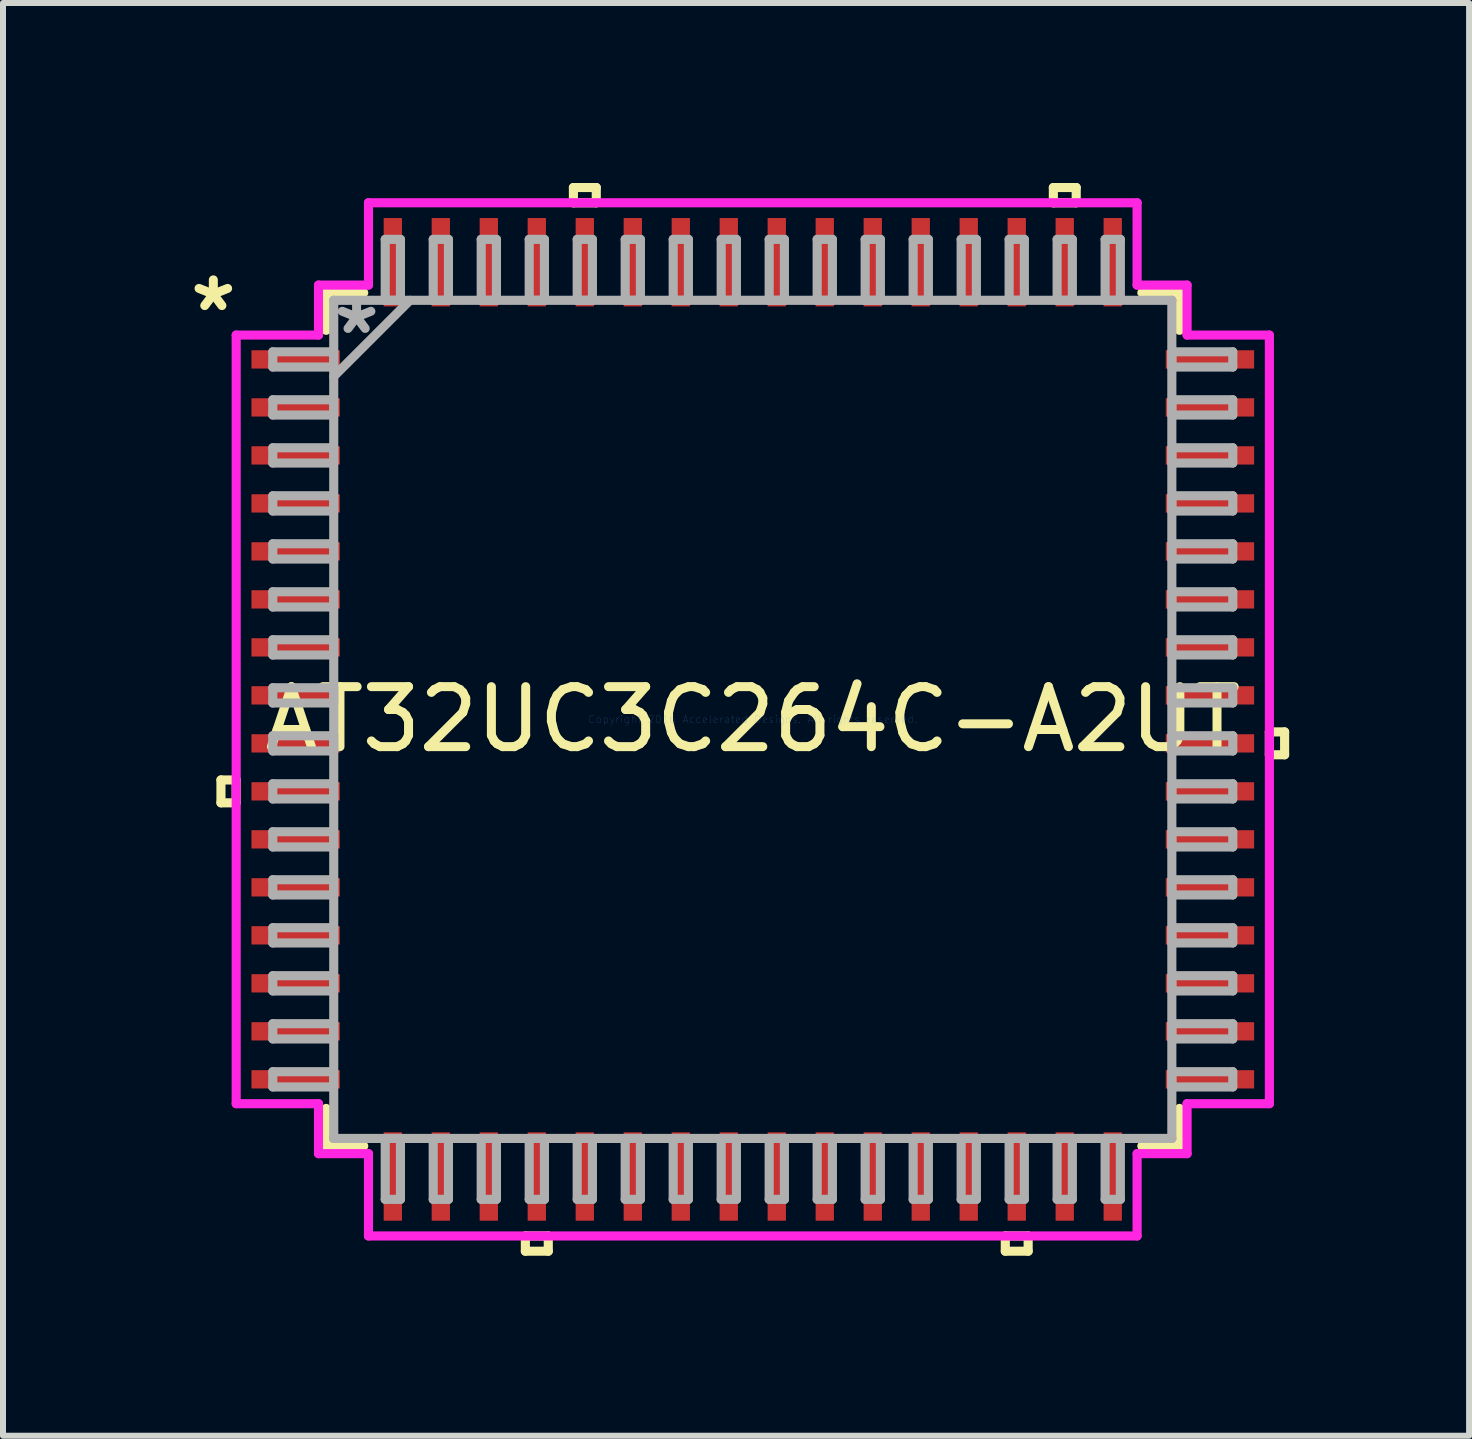
<source format=kicad_pcb>
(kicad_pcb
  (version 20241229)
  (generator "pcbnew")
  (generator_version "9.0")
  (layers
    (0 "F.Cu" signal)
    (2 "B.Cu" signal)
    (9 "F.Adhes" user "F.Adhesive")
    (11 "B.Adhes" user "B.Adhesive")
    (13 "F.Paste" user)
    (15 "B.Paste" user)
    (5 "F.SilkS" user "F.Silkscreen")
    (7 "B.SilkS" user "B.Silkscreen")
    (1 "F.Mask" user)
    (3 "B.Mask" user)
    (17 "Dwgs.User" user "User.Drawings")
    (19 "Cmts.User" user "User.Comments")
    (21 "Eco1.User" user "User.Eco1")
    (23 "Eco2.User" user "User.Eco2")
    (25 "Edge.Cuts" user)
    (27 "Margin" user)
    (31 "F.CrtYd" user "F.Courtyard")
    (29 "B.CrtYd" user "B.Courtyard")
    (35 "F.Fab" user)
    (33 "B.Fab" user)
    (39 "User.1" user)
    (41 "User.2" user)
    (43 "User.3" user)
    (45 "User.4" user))
  (footprint "AT32UC3C264C-A2UT"
    (layer "F.Cu")
    (at 9.498 8.941)
    (property "Reference" "AT32UC3C264C-A2UT" (at 0 0 0) (layer "F.SilkS") (effects (font (size 1 1) (thickness 0.15))))
    (attr through_hole)
    (fp_line (start -8.865 1.01) (end -8.865 1.391) (stroke (width 0.152) (type solid)) (layer "F.SilkS"))
    (fp_line (start -8.865 1.391) (end -8.611 1.391) (stroke (width 0.152) (type solid)) (layer "F.SilkS"))
    (fp_line (start -8.611 1.01) (end -8.865 1.01) (stroke (width 0.152) (type solid)) (layer "F.SilkS"))
    (fp_line (start -8.611 1.391) (end -8.611 1.01) (stroke (width 0.152) (type solid)) (layer "F.SilkS"))
    (fp_line (start -7.112 -7.112) (end -7.112 -6.485) (stroke (width 0.152) (type solid)) (layer "F.SilkS"))
    (fp_line (start -7.112 6.485) (end -7.112 7.112) (stroke (width 0.152) (type solid)) (layer "F.SilkS"))
    (fp_line (start -7.112 7.112) (end -6.485 7.112) (stroke (width 0.152) (type solid)) (layer "F.SilkS"))
    (fp_line (start -6.485 -7.112) (end -7.112 -7.112) (stroke (width 0.152) (type solid)) (layer "F.SilkS"))
    (fp_line (start -3.791 8.611) (end -3.791 8.865) (stroke (width 0.152) (type solid)) (layer "F.SilkS"))
    (fp_line (start -3.791 8.865) (end -3.409 8.865) (stroke (width 0.152) (type solid)) (layer "F.SilkS"))
    (fp_line (start -3.409 8.611) (end -3.791 8.611) (stroke (width 0.152) (type solid)) (layer "F.SilkS"))
    (fp_line (start -3.409 8.865) (end -3.409 8.611) (stroke (width 0.152) (type solid)) (layer "F.SilkS"))
    (fp_line (start -2.99 -8.865) (end -2.609 -8.865) (stroke (width 0.152) (type solid)) (layer "F.SilkS"))
    (fp_line (start -2.99 -8.611) (end -2.99 -8.865) (stroke (width 0.152) (type solid)) (layer "F.SilkS"))
    (fp_line (start -2.609 -8.865) (end -2.609 -8.611) (stroke (width 0.152) (type solid)) (layer "F.SilkS"))
    (fp_line (start -2.609 -8.611) (end -2.99 -8.611) (stroke (width 0.152) (type solid)) (layer "F.SilkS"))
    (fp_line (start 4.209 8.611) (end 4.209 8.865) (stroke (width 0.152) (type solid)) (layer "F.SilkS"))
    (fp_line (start 4.209 8.865) (end 4.59 8.865) (stroke (width 0.152) (type solid)) (layer "F.SilkS"))
    (fp_line (start 4.59 8.611) (end 4.209 8.611) (stroke (width 0.152) (type solid)) (layer "F.SilkS"))
    (fp_line (start 4.59 8.865) (end 4.59 8.611) (stroke (width 0.152) (type solid)) (layer "F.SilkS"))
    (fp_line (start 5.01 -8.865) (end 5.391 -8.865) (stroke (width 0.152) (type solid)) (layer "F.SilkS"))
    (fp_line (start 5.01 -8.611) (end 5.01 -8.865) (stroke (width 0.152) (type solid)) (layer "F.SilkS"))
    (fp_line (start 5.391 -8.865) (end 5.391 -8.611) (stroke (width 0.152) (type solid)) (layer "F.SilkS"))
    (fp_line (start 5.391 -8.611) (end 5.01 -8.611) (stroke (width 0.152) (type solid)) (layer "F.SilkS"))
    (fp_line (start 6.485 7.112) (end 7.112 7.112) (stroke (width 0.152) (type solid)) (layer "F.SilkS"))
    (fp_line (start 7.112 -7.112) (end 6.485 -7.112) (stroke (width 0.152) (type solid)) (layer "F.SilkS"))
    (fp_line (start 7.112 -6.485) (end 7.112 -7.112) (stroke (width 0.152) (type solid)) (layer "F.SilkS"))
    (fp_line (start 7.112 7.112) (end 7.112 6.485) (stroke (width 0.152) (type solid)) (layer "F.SilkS"))
    (fp_line (start 8.611 0.209) (end 8.865 0.209) (stroke (width 0.152) (type solid)) (layer "F.SilkS"))
    (fp_line (start 8.611 0.59) (end 8.611 0.209) (stroke (width 0.152) (type solid)) (layer "F.SilkS"))
    (fp_line (start 8.865 0.209) (end 8.865 0.59) (stroke (width 0.152) (type solid)) (layer "F.SilkS"))
    (fp_line (start 8.865 0.59) (end 8.611 0.59) (stroke (width 0.152) (type solid)) (layer "F.SilkS"))
    (fp_line (start -8.611 -6.406) (end -7.239 -6.406) (stroke (width 0.152) (type solid)) (layer "F.CrtYd"))
    (fp_line (start -8.611 6.406) (end -8.611 -6.406) (stroke (width 0.152) (type solid)) (layer "F.CrtYd"))
    (fp_line (start -7.239 -7.239) (end -6.406 -7.239) (stroke (width 0.152) (type solid)) (layer "F.CrtYd"))
    (fp_line (start -7.239 -6.406) (end -7.239 -7.239) (stroke (width 0.152) (type solid)) (layer "F.CrtYd"))
    (fp_line (start -7.239 6.406) (end -8.611 6.406) (stroke (width 0.152) (type solid)) (layer "F.CrtYd"))
    (fp_line (start -7.239 7.239) (end -7.239 6.406) (stroke (width 0.152) (type solid)) (layer "F.CrtYd"))
    (fp_line (start -6.406 -8.611) (end 6.406 -8.611) (stroke (width 0.152) (type solid)) (layer "F.CrtYd"))
    (fp_line (start -6.406 -7.239) (end -6.406 -8.611) (stroke (width 0.152) (type solid)) (layer "F.CrtYd"))
    (fp_line (start -6.406 7.239) (end -7.239 7.239) (stroke (width 0.152) (type solid)) (layer "F.CrtYd"))
    (fp_line (start -6.406 8.611) (end -6.406 7.239) (stroke (width 0.152) (type solid)) (layer "F.CrtYd"))
    (fp_line (start 6.406 -8.611) (end 6.406 -7.239) (stroke (width 0.152) (type solid)) (layer "F.CrtYd"))
    (fp_line (start 6.406 -7.239) (end 7.239 -7.239) (stroke (width 0.152) (type solid)) (layer "F.CrtYd"))
    (fp_line (start 6.406 7.239) (end 6.406 8.611) (stroke (width 0.152) (type solid)) (layer "F.CrtYd"))
    (fp_line (start 6.406 8.611) (end -6.406 8.611) (stroke (width 0.152) (type solid)) (layer "F.CrtYd"))
    (fp_line (start 7.239 -7.239) (end 7.239 -6.406) (stroke (width 0.152) (type solid)) (layer "F.CrtYd"))
    (fp_line (start 7.239 -6.406) (end 8.611 -6.406) (stroke (width 0.152) (type solid)) (layer "F.CrtYd"))
    (fp_line (start 7.239 6.406) (end 7.239 7.239) (stroke (width 0.152) (type solid)) (layer "F.CrtYd"))
    (fp_line (start 7.239 7.239) (end 6.406 7.239) (stroke (width 0.152) (type solid)) (layer "F.CrtYd"))
    (fp_line (start 8.611 -6.406) (end 8.611 6.406) (stroke (width 0.152) (type solid)) (layer "F.CrtYd"))
    (fp_line (start 8.611 6.406) (end 7.239 6.406) (stroke (width 0.152) (type solid)) (layer "F.CrtYd"))
    (fp_line (start -8.001 -6.127) (end -8.001 -5.873) (stroke (width 0.152) (type solid)) (layer "F.Fab"))
    (fp_line (start -8.001 -5.873) (end -6.985 -5.873) (stroke (width 0.152) (type solid)) (layer "F.Fab"))
    (fp_line (start -8.001 -5.327) (end -8.001 -5.073) (stroke (width 0.152) (type solid)) (layer "F.Fab"))
    (fp_line (start -8.001 -5.073) (end -6.985 -5.073) (stroke (width 0.152) (type solid)) (layer "F.Fab"))
    (fp_line (start -8.001 -4.527) (end -8.001 -4.273) (stroke (width 0.152) (type solid)) (layer "F.Fab"))
    (fp_line (start -8.001 -4.273) (end -6.985 -4.273) (stroke (width 0.152) (type solid)) (layer "F.Fab"))
    (fp_line (start -8.001 -3.727) (end -8.001 -3.473) (stroke (width 0.152) (type solid)) (layer "F.Fab"))
    (fp_line (start -8.001 -3.473) (end -6.985 -3.473) (stroke (width 0.152) (type solid)) (layer "F.Fab"))
    (fp_line (start -8.001 -2.927) (end -8.001 -2.673) (stroke (width 0.152) (type solid)) (layer "F.Fab"))
    (fp_line (start -8.001 -2.673) (end -6.985 -2.673) (stroke (width 0.152) (type solid)) (layer "F.Fab"))
    (fp_line (start -8.001 -2.127) (end -8.001 -1.873) (stroke (width 0.152) (type solid)) (layer "F.Fab"))
    (fp_line (start -8.001 -1.873) (end -6.985 -1.873) (stroke (width 0.152) (type solid)) (layer "F.Fab"))
    (fp_line (start -8.001 -1.327) (end -8.001 -1.073) (stroke (width 0.152) (type solid)) (layer "F.Fab"))
    (fp_line (start -8.001 -1.073) (end -6.985 -1.073) (stroke (width 0.152) (type solid)) (layer "F.Fab"))
    (fp_line (start -8.001 -0.527) (end -8.001 -0.273) (stroke (width 0.152) (type solid)) (layer "F.Fab"))
    (fp_line (start -8.001 -0.273) (end -6.985 -0.273) (stroke (width 0.152) (type solid)) (layer "F.Fab"))
    (fp_line (start -8.001 0.273) (end -8.001 0.527) (stroke (width 0.152) (type solid)) (layer "F.Fab"))
    (fp_line (start -8.001 0.527) (end -6.985 0.527) (stroke (width 0.152) (type solid)) (layer "F.Fab"))
    (fp_line (start -8.001 1.073) (end -8.001 1.327) (stroke (width 0.152) (type solid)) (layer "F.Fab"))
    (fp_line (start -8.001 1.327) (end -6.985 1.327) (stroke (width 0.152) (type solid)) (layer "F.Fab"))
    (fp_line (start -8.001 1.873) (end -8.001 2.127) (stroke (width 0.152) (type solid)) (layer "F.Fab"))
    (fp_line (start -8.001 2.127) (end -6.985 2.127) (stroke (width 0.152) (type solid)) (layer "F.Fab"))
    (fp_line (start -8.001 2.673) (end -8.001 2.927) (stroke (width 0.152) (type solid)) (layer "F.Fab"))
    (fp_line (start -8.001 2.927) (end -6.985 2.927) (stroke (width 0.152) (type solid)) (layer "F.Fab"))
    (fp_line (start -8.001 3.473) (end -8.001 3.727) (stroke (width 0.152) (type solid)) (layer "F.Fab"))
    (fp_line (start -8.001 3.727) (end -6.985 3.727) (stroke (width 0.152) (type solid)) (layer "F.Fab"))
    (fp_line (start -8.001 4.273) (end -8.001 4.527) (stroke (width 0.152) (type solid)) (layer "F.Fab"))
    (fp_line (start -8.001 4.527) (end -6.985 4.527) (stroke (width 0.152) (type solid)) (layer "F.Fab"))
    (fp_line (start -8.001 5.073) (end -8.001 5.327) (stroke (width 0.152) (type solid)) (layer "F.Fab"))
    (fp_line (start -8.001 5.327) (end -6.985 5.327) (stroke (width 0.152) (type solid)) (layer "F.Fab"))
    (fp_line (start -8.001 5.873) (end -8.001 6.127) (stroke (width 0.152) (type solid)) (layer "F.Fab"))
    (fp_line (start -8.001 6.127) (end -6.985 6.127) (stroke (width 0.152) (type solid)) (layer "F.Fab"))
    (fp_line (start -6.985 -6.985) (end -6.985 -6.985) (stroke (width 0.152) (type solid)) (layer "F.Fab"))
    (fp_line (start -6.985 -6.985) (end -6.985 6.985) (stroke (width 0.152) (type solid)) (layer "F.Fab"))
    (fp_line (start -6.985 -6.127) (end -8.001 -6.127) (stroke (width 0.152) (type solid)) (layer "F.Fab"))
    (fp_line (start -6.985 -5.873) (end -6.985 -6.127) (stroke (width 0.152) (type solid)) (layer "F.Fab"))
    (fp_line (start -6.985 -5.715) (end -5.715 -6.985) (stroke (width 0.152) (type solid)) (layer "F.Fab"))
    (fp_line (start -6.985 -5.327) (end -8.001 -5.327) (stroke (width 0.152) (type solid)) (layer "F.Fab"))
    (fp_line (start -6.985 -5.073) (end -6.985 -5.327) (stroke (width 0.152) (type solid)) (layer "F.Fab"))
    (fp_line (start -6.985 -4.527) (end -8.001 -4.527) (stroke (width 0.152) (type solid)) (layer "F.Fab"))
    (fp_line (start -6.985 -4.273) (end -6.985 -4.527) (stroke (width 0.152) (type solid)) (layer "F.Fab"))
    (fp_line (start -6.985 -3.727) (end -8.001 -3.727) (stroke (width 0.152) (type solid)) (layer "F.Fab"))
    (fp_line (start -6.985 -3.473) (end -6.985 -3.727) (stroke (width 0.152) (type solid)) (layer "F.Fab"))
    (fp_line (start -6.985 -2.927) (end -8.001 -2.927) (stroke (width 0.152) (type solid)) (layer "F.Fab"))
    (fp_line (start -6.985 -2.673) (end -6.985 -2.927) (stroke (width 0.152) (type solid)) (layer "F.Fab"))
    (fp_line (start -6.985 -2.127) (end -8.001 -2.127) (stroke (width 0.152) (type solid)) (layer "F.Fab"))
    (fp_line (start -6.985 -1.873) (end -6.985 -2.127) (stroke (width 0.152) (type solid)) (layer "F.Fab"))
    (fp_line (start -6.985 -1.327) (end -8.001 -1.327) (stroke (width 0.152) (type solid)) (layer "F.Fab"))
    (fp_line (start -6.985 -1.073) (end -6.985 -1.327) (stroke (width 0.152) (type solid)) (layer "F.Fab"))
    (fp_line (start -6.985 -0.527) (end -8.001 -0.527) (stroke (width 0.152) (type solid)) (layer "F.Fab"))
    (fp_line (start -6.985 -0.273) (end -6.985 -0.527) (stroke (width 0.152) (type solid)) (layer "F.Fab"))
    (fp_line (start -6.985 0.273) (end -8.001 0.273) (stroke (width 0.152) (type solid)) (layer "F.Fab"))
    (fp_line (start -6.985 0.527) (end -6.985 0.273) (stroke (width 0.152) (type solid)) (layer "F.Fab"))
    (fp_line (start -6.985 1.073) (end -8.001 1.073) (stroke (width 0.152) (type solid)) (layer "F.Fab"))
    (fp_line (start -6.985 1.327) (end -6.985 1.073) (stroke (width 0.152) (type solid)) (layer "F.Fab"))
    (fp_line (start -6.985 1.873) (end -8.001 1.873) (stroke (width 0.152) (type solid)) (layer "F.Fab"))
    (fp_line (start -6.985 2.127) (end -6.985 1.873) (stroke (width 0.152) (type solid)) (layer "F.Fab"))
    (fp_line (start -6.985 2.673) (end -8.001 2.673) (stroke (width 0.152) (type solid)) (layer "F.Fab"))
    (fp_line (start -6.985 2.927) (end -6.985 2.673) (stroke (width 0.152) (type solid)) (layer "F.Fab"))
    (fp_line (start -6.985 3.473) (end -8.001 3.473) (stroke (width 0.152) (type solid)) (layer "F.Fab"))
    (fp_line (start -6.985 3.727) (end -6.985 3.473) (stroke (width 0.152) (type solid)) (layer "F.Fab"))
    (fp_line (start -6.985 4.273) (end -8.001 4.273) (stroke (width 0.152) (type solid)) (layer "F.Fab"))
    (fp_line (start -6.985 4.527) (end -6.985 4.273) (stroke (width 0.152) (type solid)) (layer "F.Fab"))
    (fp_line (start -6.985 5.073) (end -8.001 5.073) (stroke (width 0.152) (type solid)) (layer "F.Fab"))
    (fp_line (start -6.985 5.327) (end -6.985 5.073) (stroke (width 0.152) (type solid)) (layer "F.Fab"))
    (fp_line (start -6.985 5.873) (end -8.001 5.873) (stroke (width 0.152) (type solid)) (layer "F.Fab"))
    (fp_line (start -6.985 6.127) (end -6.985 5.873) (stroke (width 0.152) (type solid)) (layer "F.Fab"))
    (fp_line (start -6.985 6.985) (end -6.985 6.985) (stroke (width 0.152) (type solid)) (layer "F.Fab"))
    (fp_line (start -6.985 6.985) (end 6.985 6.985) (stroke (width 0.152) (type solid)) (layer "F.Fab"))
    (fp_line (start -6.127 -8.001) (end -6.127 -6.985) (stroke (width 0.152) (type solid)) (layer "F.Fab"))
    (fp_line (start -6.127 -6.985) (end -5.873 -6.985) (stroke (width 0.152) (type solid)) (layer "F.Fab"))
    (fp_line (start -6.127 6.985) (end -6.127 8.001) (stroke (width 0.152) (type solid)) (layer "F.Fab"))
    (fp_line (start -6.127 8.001) (end -5.873 8.001) (stroke (width 0.152) (type solid)) (layer "F.Fab"))
    (fp_line (start -5.873 -8.001) (end -6.127 -8.001) (stroke (width 0.152) (type solid)) (layer "F.Fab"))
    (fp_line (start -5.873 -6.985) (end -5.873 -8.001) (stroke (width 0.152) (type solid)) (layer "F.Fab"))
    (fp_line (start -5.873 6.985) (end -6.127 6.985) (stroke (width 0.152) (type solid)) (layer "F.Fab"))
    (fp_line (start -5.873 8.001) (end -5.873 6.985) (stroke (width 0.152) (type solid)) (layer "F.Fab"))
    (fp_line (start -5.327 -8.001) (end -5.327 -6.985) (stroke (width 0.152) (type solid)) (layer "F.Fab"))
    (fp_line (start -5.327 -6.985) (end -5.073 -6.985) (stroke (width 0.152) (type solid)) (layer "F.Fab"))
    (fp_line (start -5.327 6.985) (end -5.327 8.001) (stroke (width 0.152) (type solid)) (layer "F.Fab"))
    (fp_line (start -5.327 8.001) (end -5.073 8.001) (stroke (width 0.152) (type solid)) (layer "F.Fab"))
    (fp_line (start -5.073 -8.001) (end -5.327 -8.001) (stroke (width 0.152) (type solid)) (layer "F.Fab"))
    (fp_line (start -5.073 -6.985) (end -5.073 -8.001) (stroke (width 0.152) (type solid)) (layer "F.Fab"))
    (fp_line (start -5.073 6.985) (end -5.327 6.985) (stroke (width 0.152) (type solid)) (layer "F.Fab"))
    (fp_line (start -5.073 8.001) (end -5.073 6.985) (stroke (width 0.152) (type solid)) (layer "F.Fab"))
    (fp_line (start -4.527 -8.001) (end -4.527 -6.985) (stroke (width 0.152) (type solid)) (layer "F.Fab"))
    (fp_line (start -4.527 -6.985) (end -4.273 -6.985) (stroke (width 0.152) (type solid)) (layer "F.Fab"))
    (fp_line (start -4.527 6.985) (end -4.527 8.001) (stroke (width 0.152) (type solid)) (layer "F.Fab"))
    (fp_line (start -4.527 8.001) (end -4.273 8.001) (stroke (width 0.152) (type solid)) (layer "F.Fab"))
    (fp_line (start -4.273 -8.001) (end -4.527 -8.001) (stroke (width 0.152) (type solid)) (layer "F.Fab"))
    (fp_line (start -4.273 -6.985) (end -4.273 -8.001) (stroke (width 0.152) (type solid)) (layer "F.Fab"))
    (fp_line (start -4.273 6.985) (end -4.527 6.985) (stroke (width 0.152) (type solid)) (layer "F.Fab"))
    (fp_line (start -4.273 8.001) (end -4.273 6.985) (stroke (width 0.152) (type solid)) (layer "F.Fab"))
    (fp_line (start -3.727 -8.001) (end -3.727 -6.985) (stroke (width 0.152) (type solid)) (layer "F.Fab"))
    (fp_line (start -3.727 -6.985) (end -3.473 -6.985) (stroke (width 0.152) (type solid)) (layer "F.Fab"))
    (fp_line (start -3.727 6.985) (end -3.727 8.001) (stroke (width 0.152) (type solid)) (layer "F.Fab"))
    (fp_line (start -3.727 8.001) (end -3.473 8.001) (stroke (width 0.152) (type solid)) (layer "F.Fab"))
    (fp_line (start -3.473 -8.001) (end -3.727 -8.001) (stroke (width 0.152) (type solid)) (layer "F.Fab"))
    (fp_line (start -3.473 -6.985) (end -3.473 -8.001) (stroke (width 0.152) (type solid)) (layer "F.Fab"))
    (fp_line (start -3.473 6.985) (end -3.727 6.985) (stroke (width 0.152) (type solid)) (layer "F.Fab"))
    (fp_line (start -3.473 8.001) (end -3.473 6.985) (stroke (width 0.152) (type solid)) (layer "F.Fab"))
    (fp_line (start -2.927 -8.001) (end -2.927 -6.985) (stroke (width 0.152) (type solid)) (layer "F.Fab"))
    (fp_line (start -2.927 -6.985) (end -2.673 -6.985) (stroke (width 0.152) (type solid)) (layer "F.Fab"))
    (fp_line (start -2.927 6.985) (end -2.927 8.001) (stroke (width 0.152) (type solid)) (layer "F.Fab"))
    (fp_line (start -2.927 8.001) (end -2.673 8.001) (stroke (width 0.152) (type solid)) (layer "F.Fab"))
    (fp_line (start -2.673 -8.001) (end -2.927 -8.001) (stroke (width 0.152) (type solid)) (layer "F.Fab"))
    (fp_line (start -2.673 -6.985) (end -2.673 -8.001) (stroke (width 0.152) (type solid)) (layer "F.Fab"))
    (fp_line (start -2.673 6.985) (end -2.927 6.985) (stroke (width 0.152) (type solid)) (layer "F.Fab"))
    (fp_line (start -2.673 8.001) (end -2.673 6.985) (stroke (width 0.152) (type solid)) (layer "F.Fab"))
    (fp_line (start -2.127 -8.001) (end -2.127 -6.985) (stroke (width 0.152) (type solid)) (layer "F.Fab"))
    (fp_line (start -2.127 -6.985) (end -1.873 -6.985) (stroke (width 0.152) (type solid)) (layer "F.Fab"))
    (fp_line (start -2.127 6.985) (end -2.127 8.001) (stroke (width 0.152) (type solid)) (layer "F.Fab"))
    (fp_line (start -2.127 8.001) (end -1.873 8.001) (stroke (width 0.152) (type solid)) (layer "F.Fab"))
    (fp_line (start -1.873 -8.001) (end -2.127 -8.001) (stroke (width 0.152) (type solid)) (layer "F.Fab"))
    (fp_line (start -1.873 -6.985) (end -1.873 -8.001) (stroke (width 0.152) (type solid)) (layer "F.Fab"))
    (fp_line (start -1.873 6.985) (end -2.127 6.985) (stroke (width 0.152) (type solid)) (layer "F.Fab"))
    (fp_line (start -1.873 8.001) (end -1.873 6.985) (stroke (width 0.152) (type solid)) (layer "F.Fab"))
    (fp_line (start -1.327 -8.001) (end -1.327 -6.985) (stroke (width 0.152) (type solid)) (layer "F.Fab"))
    (fp_line (start -1.327 -6.985) (end -1.073 -6.985) (stroke (width 0.152) (type solid)) (layer "F.Fab"))
    (fp_line (start -1.327 6.985) (end -1.327 8.001) (stroke (width 0.152) (type solid)) (layer "F.Fab"))
    (fp_line (start -1.327 8.001) (end -1.073 8.001) (stroke (width 0.152) (type solid)) (layer "F.Fab"))
    (fp_line (start -1.073 -8.001) (end -1.327 -8.001) (stroke (width 0.152) (type solid)) (layer "F.Fab"))
    (fp_line (start -1.073 -6.985) (end -1.073 -8.001) (stroke (width 0.152) (type solid)) (layer "F.Fab"))
    (fp_line (start -1.073 6.985) (end -1.327 6.985) (stroke (width 0.152) (type solid)) (layer "F.Fab"))
    (fp_line (start -1.073 8.001) (end -1.073 6.985) (stroke (width 0.152) (type solid)) (layer "F.Fab"))
    (fp_line (start -0.527 -8.001) (end -0.527 -6.985) (stroke (width 0.152) (type solid)) (layer "F.Fab"))
    (fp_line (start -0.527 -6.985) (end -0.273 -6.985) (stroke (width 0.152) (type solid)) (layer "F.Fab"))
    (fp_line (start -0.527 6.985) (end -0.527 8.001) (stroke (width 0.152) (type solid)) (layer "F.Fab"))
    (fp_line (start -0.527 8.001) (end -0.273 8.001) (stroke (width 0.152) (type solid)) (layer "F.Fab"))
    (fp_line (start -0.273 -8.001) (end -0.527 -8.001) (stroke (width 0.152) (type solid)) (layer "F.Fab"))
    (fp_line (start -0.273 -6.985) (end -0.273 -8.001) (stroke (width 0.152) (type solid)) (layer "F.Fab"))
    (fp_line (start -0.273 6.985) (end -0.527 6.985) (stroke (width 0.152) (type solid)) (layer "F.Fab"))
    (fp_line (start -0.273 8.001) (end -0.273 6.985) (stroke (width 0.152) (type solid)) (layer "F.Fab"))
    (fp_line (start 0.273 -8.001) (end 0.273 -6.985) (stroke (width 0.152) (type solid)) (layer "F.Fab"))
    (fp_line (start 0.273 -6.985) (end 0.527 -6.985) (stroke (width 0.152) (type solid)) (layer "F.Fab"))
    (fp_line (start 0.273 6.985) (end 0.273 8.001) (stroke (width 0.152) (type solid)) (layer "F.Fab"))
    (fp_line (start 0.273 8.001) (end 0.527 8.001) (stroke (width 0.152) (type solid)) (layer "F.Fab"))
    (fp_line (start 0.527 -8.001) (end 0.273 -8.001) (stroke (width 0.152) (type solid)) (layer "F.Fab"))
    (fp_line (start 0.527 -6.985) (end 0.527 -8.001) (stroke (width 0.152) (type solid)) (layer "F.Fab"))
    (fp_line (start 0.527 6.985) (end 0.273 6.985) (stroke (width 0.152) (type solid)) (layer "F.Fab"))
    (fp_line (start 0.527 8.001) (end 0.527 6.985) (stroke (width 0.152) (type solid)) (layer "F.Fab"))
    (fp_line (start 1.073 -8.001) (end 1.073 -6.985) (stroke (width 0.152) (type solid)) (layer "F.Fab"))
    (fp_line (start 1.073 -6.985) (end 1.327 -6.985) (stroke (width 0.152) (type solid)) (layer "F.Fab"))
    (fp_line (start 1.073 6.985) (end 1.073 8.001) (stroke (width 0.152) (type solid)) (layer "F.Fab"))
    (fp_line (start 1.073 8.001) (end 1.327 8.001) (stroke (width 0.152) (type solid)) (layer "F.Fab"))
    (fp_line (start 1.327 -8.001) (end 1.073 -8.001) (stroke (width 0.152) (type solid)) (layer "F.Fab"))
    (fp_line (start 1.327 -6.985) (end 1.327 -8.001) (stroke (width 0.152) (type solid)) (layer "F.Fab"))
    (fp_line (start 1.327 6.985) (end 1.073 6.985) (stroke (width 0.152) (type solid)) (layer "F.Fab"))
    (fp_line (start 1.327 8.001) (end 1.327 6.985) (stroke (width 0.152) (type solid)) (layer "F.Fab"))
    (fp_line (start 1.873 -8.001) (end 1.873 -6.985) (stroke (width 0.152) (type solid)) (layer "F.Fab"))
    (fp_line (start 1.873 -6.985) (end 2.127 -6.985) (stroke (width 0.152) (type solid)) (layer "F.Fab"))
    (fp_line (start 1.873 6.985) (end 1.873 8.001) (stroke (width 0.152) (type solid)) (layer "F.Fab"))
    (fp_line (start 1.873 8.001) (end 2.127 8.001) (stroke (width 0.152) (type solid)) (layer "F.Fab"))
    (fp_line (start 2.127 -8.001) (end 1.873 -8.001) (stroke (width 0.152) (type solid)) (layer "F.Fab"))
    (fp_line (start 2.127 -6.985) (end 2.127 -8.001) (stroke (width 0.152) (type solid)) (layer "F.Fab"))
    (fp_line (start 2.127 6.985) (end 1.873 6.985) (stroke (width 0.152) (type solid)) (layer "F.Fab"))
    (fp_line (start 2.127 8.001) (end 2.127 6.985) (stroke (width 0.152) (type solid)) (layer "F.Fab"))
    (fp_line (start 2.673 -8.001) (end 2.673 -6.985) (stroke (width 0.152) (type solid)) (layer "F.Fab"))
    (fp_line (start 2.673 -6.985) (end 2.927 -6.985) (stroke (width 0.152) (type solid)) (layer "F.Fab"))
    (fp_line (start 2.673 6.985) (end 2.673 8.001) (stroke (width 0.152) (type solid)) (layer "F.Fab"))
    (fp_line (start 2.673 8.001) (end 2.927 8.001) (stroke (width 0.152) (type solid)) (layer "F.Fab"))
    (fp_line (start 2.927 -8.001) (end 2.673 -8.001) (stroke (width 0.152) (type solid)) (layer "F.Fab"))
    (fp_line (start 2.927 -6.985) (end 2.927 -8.001) (stroke (width 0.152) (type solid)) (layer "F.Fab"))
    (fp_line (start 2.927 6.985) (end 2.673 6.985) (stroke (width 0.152) (type solid)) (layer "F.Fab"))
    (fp_line (start 2.927 8.001) (end 2.927 6.985) (stroke (width 0.152) (type solid)) (layer "F.Fab"))
    (fp_line (start 3.473 -8.001) (end 3.473 -6.985) (stroke (width 0.152) (type solid)) (layer "F.Fab"))
    (fp_line (start 3.473 -6.985) (end 3.727 -6.985) (stroke (width 0.152) (type solid)) (layer "F.Fab"))
    (fp_line (start 3.473 6.985) (end 3.473 8.001) (stroke (width 0.152) (type solid)) (layer "F.Fab"))
    (fp_line (start 3.473 8.001) (end 3.727 8.001) (stroke (width 0.152) (type solid)) (layer "F.Fab"))
    (fp_line (start 3.727 -8.001) (end 3.473 -8.001) (stroke (width 0.152) (type solid)) (layer "F.Fab"))
    (fp_line (start 3.727 -6.985) (end 3.727 -8.001) (stroke (width 0.152) (type solid)) (layer "F.Fab"))
    (fp_line (start 3.727 6.985) (end 3.473 6.985) (stroke (width 0.152) (type solid)) (layer "F.Fab"))
    (fp_line (start 3.727 8.001) (end 3.727 6.985) (stroke (width 0.152) (type solid)) (layer "F.Fab"))
    (fp_line (start 4.273 -8.001) (end 4.273 -6.985) (stroke (width 0.152) (type solid)) (layer "F.Fab"))
    (fp_line (start 4.273 -6.985) (end 4.527 -6.985) (stroke (width 0.152) (type solid)) (layer "F.Fab"))
    (fp_line (start 4.273 6.985) (end 4.273 8.001) (stroke (width 0.152) (type solid)) (layer "F.Fab"))
    (fp_line (start 4.273 8.001) (end 4.527 8.001) (stroke (width 0.152) (type solid)) (layer "F.Fab"))
    (fp_line (start 4.527 -8.001) (end 4.273 -8.001) (stroke (width 0.152) (type solid)) (layer "F.Fab"))
    (fp_line (start 4.527 -6.985) (end 4.527 -8.001) (stroke (width 0.152) (type solid)) (layer "F.Fab"))
    (fp_line (start 4.527 6.985) (end 4.273 6.985) (stroke (width 0.152) (type solid)) (layer "F.Fab"))
    (fp_line (start 4.527 8.001) (end 4.527 6.985) (stroke (width 0.152) (type solid)) (layer "F.Fab"))
    (fp_line (start 5.073 -8.001) (end 5.073 -6.985) (stroke (width 0.152) (type solid)) (layer "F.Fab"))
    (fp_line (start 5.073 -6.985) (end 5.327 -6.985) (stroke (width 0.152) (type solid)) (layer "F.Fab"))
    (fp_line (start 5.073 6.985) (end 5.073 8.001) (stroke (width 0.152) (type solid)) (layer "F.Fab"))
    (fp_line (start 5.073 8.001) (end 5.327 8.001) (stroke (width 0.152) (type solid)) (layer "F.Fab"))
    (fp_line (start 5.327 -8.001) (end 5.073 -8.001) (stroke (width 0.152) (type solid)) (layer "F.Fab"))
    (fp_line (start 5.327 -6.985) (end 5.327 -8.001) (stroke (width 0.152) (type solid)) (layer "F.Fab"))
    (fp_line (start 5.327 6.985) (end 5.073 6.985) (stroke (width 0.152) (type solid)) (layer "F.Fab"))
    (fp_line (start 5.327 8.001) (end 5.327 6.985) (stroke (width 0.152) (type solid)) (layer "F.Fab"))
    (fp_line (start 5.873 -8.001) (end 5.873 -6.985) (stroke (width 0.152) (type solid)) (layer "F.Fab"))
    (fp_line (start 5.873 -6.985) (end 6.127 -6.985) (stroke (width 0.152) (type solid)) (layer "F.Fab"))
    (fp_line (start 5.873 6.985) (end 5.873 8.001) (stroke (width 0.152) (type solid)) (layer "F.Fab"))
    (fp_line (start 5.873 8.001) (end 6.127 8.001) (stroke (width 0.152) (type solid)) (layer "F.Fab"))
    (fp_line (start 6.127 -8.001) (end 5.873 -8.001) (stroke (width 0.152) (type solid)) (layer "F.Fab"))
    (fp_line (start 6.127 -6.985) (end 6.127 -8.001) (stroke (width 0.152) (type solid)) (layer "F.Fab"))
    (fp_line (start 6.127 6.985) (end 5.873 6.985) (stroke (width 0.152) (type solid)) (layer "F.Fab"))
    (fp_line (start 6.127 8.001) (end 6.127 6.985) (stroke (width 0.152) (type solid)) (layer "F.Fab"))
    (fp_line (start 6.985 -6.985) (end -6.985 -6.985) (stroke (width 0.152) (type solid)) (layer "F.Fab"))
    (fp_line (start 6.985 -6.985) (end 6.985 -6.985) (stroke (width 0.152) (type solid)) (layer "F.Fab"))
    (fp_line (start 6.985 -6.127) (end 6.985 -5.873) (stroke (width 0.152) (type solid)) (layer "F.Fab"))
    (fp_line (start 6.985 -5.873) (end 8.001 -5.873) (stroke (width 0.152) (type solid)) (layer "F.Fab"))
    (fp_line (start 6.985 -5.327) (end 6.985 -5.073) (stroke (width 0.152) (type solid)) (layer "F.Fab"))
    (fp_line (start 6.985 -5.073) (end 8.001 -5.073) (stroke (width 0.152) (type solid)) (layer "F.Fab"))
    (fp_line (start 6.985 -4.527) (end 6.985 -4.273) (stroke (width 0.152) (type solid)) (layer "F.Fab"))
    (fp_line (start 6.985 -4.273) (end 8.001 -4.273) (stroke (width 0.152) (type solid)) (layer "F.Fab"))
    (fp_line (start 6.985 -3.727) (end 6.985 -3.473) (stroke (width 0.152) (type solid)) (layer "F.Fab"))
    (fp_line (start 6.985 -3.473) (end 8.001 -3.473) (stroke (width 0.152) (type solid)) (layer "F.Fab"))
    (fp_line (start 6.985 -2.927) (end 6.985 -2.673) (stroke (width 0.152) (type solid)) (layer "F.Fab"))
    (fp_line (start 6.985 -2.673) (end 8.001 -2.673) (stroke (width 0.152) (type solid)) (layer "F.Fab"))
    (fp_line (start 6.985 -2.127) (end 6.985 -1.873) (stroke (width 0.152) (type solid)) (layer "F.Fab"))
    (fp_line (start 6.985 -1.873) (end 8.001 -1.873) (stroke (width 0.152) (type solid)) (layer "F.Fab"))
    (fp_line (start 6.985 -1.327) (end 6.985 -1.073) (stroke (width 0.152) (type solid)) (layer "F.Fab"))
    (fp_line (start 6.985 -1.073) (end 8.001 -1.073) (stroke (width 0.152) (type solid)) (layer "F.Fab"))
    (fp_line (start 6.985 -0.527) (end 6.985 -0.273) (stroke (width 0.152) (type solid)) (layer "F.Fab"))
    (fp_line (start 6.985 -0.273) (end 8.001 -0.273) (stroke (width 0.152) (type solid)) (layer "F.Fab"))
    (fp_line (start 6.985 0.273) (end 6.985 0.527) (stroke (width 0.152) (type solid)) (layer "F.Fab"))
    (fp_line (start 6.985 0.527) (end 8.001 0.527) (stroke (width 0.152) (type solid)) (layer "F.Fab"))
    (fp_line (start 6.985 1.073) (end 6.985 1.327) (stroke (width 0.152) (type solid)) (layer "F.Fab"))
    (fp_line (start 6.985 1.327) (end 8.001 1.327) (stroke (width 0.152) (type solid)) (layer "F.Fab"))
    (fp_line (start 6.985 1.873) (end 6.985 2.127) (stroke (width 0.152) (type solid)) (layer "F.Fab"))
    (fp_line (start 6.985 2.127) (end 8.001 2.127) (stroke (width 0.152) (type solid)) (layer "F.Fab"))
    (fp_line (start 6.985 2.673) (end 6.985 2.927) (stroke (width 0.152) (type solid)) (layer "F.Fab"))
    (fp_line (start 6.985 2.927) (end 8.001 2.927) (stroke (width 0.152) (type solid)) (layer "F.Fab"))
    (fp_line (start 6.985 3.473) (end 6.985 3.727) (stroke (width 0.152) (type solid)) (layer "F.Fab"))
    (fp_line (start 6.985 3.727) (end 8.001 3.727) (stroke (width 0.152) (type solid)) (layer "F.Fab"))
    (fp_line (start 6.985 4.273) (end 6.985 4.527) (stroke (width 0.152) (type solid)) (layer "F.Fab"))
    (fp_line (start 6.985 4.527) (end 8.001 4.527) (stroke (width 0.152) (type solid)) (layer "F.Fab"))
    (fp_line (start 6.985 5.073) (end 6.985 5.327) (stroke (width 0.152) (type solid)) (layer "F.Fab"))
    (fp_line (start 6.985 5.327) (end 8.001 5.327) (stroke (width 0.152) (type solid)) (layer "F.Fab"))
    (fp_line (start 6.985 5.873) (end 6.985 6.127) (stroke (width 0.152) (type solid)) (layer "F.Fab"))
    (fp_line (start 6.985 6.127) (end 8.001 6.127) (stroke (width 0.152) (type solid)) (layer "F.Fab"))
    (fp_line (start 6.985 6.985) (end 6.985 -6.985) (stroke (width 0.152) (type solid)) (layer "F.Fab"))
    (fp_line (start 6.985 6.985) (end 6.985 6.985) (stroke (width 0.152) (type solid)) (layer "F.Fab"))
    (fp_line (start 8.001 -6.127) (end 6.985 -6.127) (stroke (width 0.152) (type solid)) (layer "F.Fab"))
    (fp_line (start 8.001 -5.873) (end 8.001 -6.127) (stroke (width 0.152) (type solid)) (layer "F.Fab"))
    (fp_line (start 8.001 -5.327) (end 6.985 -5.327) (stroke (width 0.152) (type solid)) (layer "F.Fab"))
    (fp_line (start 8.001 -5.073) (end 8.001 -5.327) (stroke (width 0.152) (type solid)) (layer "F.Fab"))
    (fp_line (start 8.001 -4.527) (end 6.985 -4.527) (stroke (width 0.152) (type solid)) (layer "F.Fab"))
    (fp_line (start 8.001 -4.273) (end 8.001 -4.527) (stroke (width 0.152) (type solid)) (layer "F.Fab"))
    (fp_line (start 8.001 -3.727) (end 6.985 -3.727) (stroke (width 0.152) (type solid)) (layer "F.Fab"))
    (fp_line (start 8.001 -3.473) (end 8.001 -3.727) (stroke (width 0.152) (type solid)) (layer "F.Fab"))
    (fp_line (start 8.001 -2.927) (end 6.985 -2.927) (stroke (width 0.152) (type solid)) (layer "F.Fab"))
    (fp_line (start 8.001 -2.673) (end 8.001 -2.927) (stroke (width 0.152) (type solid)) (layer "F.Fab"))
    (fp_line (start 8.001 -2.127) (end 6.985 -2.127) (stroke (width 0.152) (type solid)) (layer "F.Fab"))
    (fp_line (start 8.001 -1.873) (end 8.001 -2.127) (stroke (width 0.152) (type solid)) (layer "F.Fab"))
    (fp_line (start 8.001 -1.327) (end 6.985 -1.327) (stroke (width 0.152) (type solid)) (layer "F.Fab"))
    (fp_line (start 8.001 -1.073) (end 8.001 -1.327) (stroke (width 0.152) (type solid)) (layer "F.Fab"))
    (fp_line (start 8.001 -0.527) (end 6.985 -0.527) (stroke (width 0.152) (type solid)) (layer "F.Fab"))
    (fp_line (start 8.001 -0.273) (end 8.001 -0.527) (stroke (width 0.152) (type solid)) (layer "F.Fab"))
    (fp_line (start 8.001 0.273) (end 6.985 0.273) (stroke (width 0.152) (type solid)) (layer "F.Fab"))
    (fp_line (start 8.001 0.527) (end 8.001 0.273) (stroke (width 0.152) (type solid)) (layer "F.Fab"))
    (fp_line (start 8.001 1.073) (end 6.985 1.073) (stroke (width 0.152) (type solid)) (layer "F.Fab"))
    (fp_line (start 8.001 1.327) (end 8.001 1.073) (stroke (width 0.152) (type solid)) (layer "F.Fab"))
    (fp_line (start 8.001 1.873) (end 6.985 1.873) (stroke (width 0.152) (type solid)) (layer "F.Fab"))
    (fp_line (start 8.001 2.127) (end 8.001 1.873) (stroke (width 0.152) (type solid)) (layer "F.Fab"))
    (fp_line (start 8.001 2.673) (end 6.985 2.673) (stroke (width 0.152) (type solid)) (layer "F.Fab"))
    (fp_line (start 8.001 2.927) (end 8.001 2.673) (stroke (width 0.152) (type solid)) (layer "F.Fab"))
    (fp_line (start 8.001 3.473) (end 6.985 3.473) (stroke (width 0.152) (type solid)) (layer "F.Fab"))
    (fp_line (start 8.001 3.727) (end 8.001 3.473) (stroke (width 0.152) (type solid)) (layer "F.Fab"))
    (fp_line (start 8.001 4.273) (end 6.985 4.273) (stroke (width 0.152) (type solid)) (layer "F.Fab"))
    (fp_line (start 8.001 4.527) (end 8.001 4.273) (stroke (width 0.152) (type solid)) (layer "F.Fab"))
    (fp_line (start 8.001 5.073) (end 6.985 5.073) (stroke (width 0.152) (type solid)) (layer "F.Fab"))
    (fp_line (start 8.001 5.327) (end 8.001 5.073) (stroke (width 0.152) (type solid)) (layer "F.Fab"))
    (fp_line (start 8.001 5.873) (end 6.985 5.873) (stroke (width 0.152) (type solid)) (layer "F.Fab"))
    (fp_line (start 8.001 6.127) (end 8.001 5.873) (stroke (width 0.152) (type solid)) (layer "F.Fab"))
    (fp_text user "*" (at -8.992 -6.781 0) (layer "F.SilkS") (effects (font (size 1 1) (thickness 0.15))))
    (fp_text user "Copyright 2016 Accelerated Designs. All rights reserved." (at 0 0 0) (layer "Cmts.User") (effects (font (size 0.127 0.127) (thickness 0.002))))
    (fp_text user "*" (at -6.604 -6.4 0) (layer "F.Fab") (effects (font (size 1 1) (thickness 0.15))))
    (pad "1" smd rect (at -7.62 -6 90) (size 0.305 1.473) (layers "F.Cu" "F.Mask" "F.Paste"))
    (pad "2" smd rect (at -7.62 -5.2 90) (size 0.305 1.473) (layers "F.Cu" "F.Mask" "F.Paste"))
    (pad "3" smd rect (at -7.62 -4.4 90) (size 0.305 1.473) (layers "F.Cu" "F.Mask" "F.Paste"))
    (pad "4" smd rect (at -7.62 -3.6 90) (size 0.305 1.473) (layers "F.Cu" "F.Mask" "F.Paste"))
    (pad "5" smd rect (at -7.62 -2.8 90) (size 0.305 1.473) (layers "F.Cu" "F.Mask" "F.Paste"))
    (pad "6" smd rect (at -7.62 -2 90) (size 0.305 1.473) (layers "F.Cu" "F.Mask" "F.Paste"))
    (pad "7" smd rect (at -7.62 -1.2 90) (size 0.305 1.473) (layers "F.Cu" "F.Mask" "F.Paste"))
    (pad "8" smd rect (at -7.62 -0.4 90) (size 0.305 1.473) (layers "F.Cu" "F.Mask" "F.Paste"))
    (pad "9" smd rect (at -7.62 0.4 90) (size 0.305 1.473) (layers "F.Cu" "F.Mask" "F.Paste"))
    (pad "10" smd rect (at -7.62 1.2 90) (size 0.305 1.473) (layers "F.Cu" "F.Mask" "F.Paste"))
    (pad "11" smd rect (at -7.62 2 90) (size 0.305 1.473) (layers "F.Cu" "F.Mask" "F.Paste"))
    (pad "12" smd rect (at -7.62 2.8 90) (size 0.305 1.473) (layers "F.Cu" "F.Mask" "F.Paste"))
    (pad "13" smd rect (at -7.62 3.6 90) (size 0.305 1.473) (layers "F.Cu" "F.Mask" "F.Paste"))
    (pad "14" smd rect (at -7.62 4.4 90) (size 0.305 1.473) (layers "F.Cu" "F.Mask" "F.Paste"))
    (pad "15" smd rect (at -7.62 5.2 90) (size 0.305 1.473) (layers "F.Cu" "F.Mask" "F.Paste"))
    (pad "16" smd rect (at -7.62 6 90) (size 0.305 1.473) (layers "F.Cu" "F.Mask" "F.Paste"))
    (pad "17" smd rect (at -6 7.62) (size 0.305 1.473) (layers "F.Cu" "F.Mask" "F.Paste"))
    (pad "18" smd rect (at -5.2 7.62) (size 0.305 1.473) (layers "F.Cu" "F.Mask" "F.Paste"))
    (pad "19" smd rect (at -4.4 7.62) (size 0.305 1.473) (layers "F.Cu" "F.Mask" "F.Paste"))
    (pad "20" smd rect (at -3.6 7.62) (size 0.305 1.473) (layers "F.Cu" "F.Mask" "F.Paste"))
    (pad "21" smd rect (at -2.8 7.62) (size 0.305 1.473) (layers "F.Cu" "F.Mask" "F.Paste"))
    (pad "22" smd rect (at -2 7.62) (size 0.305 1.473) (layers "F.Cu" "F.Mask" "F.Paste"))
    (pad "23" smd rect (at -1.2 7.62) (size 0.305 1.473) (layers "F.Cu" "F.Mask" "F.Paste"))
    (pad "24" smd rect (at -0.4 7.62) (size 0.305 1.473) (layers "F.Cu" "F.Mask" "F.Paste"))
    (pad "25" smd rect (at 0.4 7.62) (size 0.305 1.473) (layers "F.Cu" "F.Mask" "F.Paste"))
    (pad "26" smd rect (at 1.2 7.62) (size 0.305 1.473) (layers "F.Cu" "F.Mask" "F.Paste"))
    (pad "27" smd rect (at 2 7.62) (size 0.305 1.473) (layers "F.Cu" "F.Mask" "F.Paste"))
    (pad "28" smd rect (at 2.8 7.62) (size 0.305 1.473) (layers "F.Cu" "F.Mask" "F.Paste"))
    (pad "29" smd rect (at 3.6 7.62) (size 0.305 1.473) (layers "F.Cu" "F.Mask" "F.Paste"))
    (pad "30" smd rect (at 4.4 7.62) (size 0.305 1.473) (layers "F.Cu" "F.Mask" "F.Paste"))
    (pad "31" smd rect (at 5.2 7.62) (size 0.305 1.473) (layers "F.Cu" "F.Mask" "F.Paste"))
    (pad "32" smd rect (at 6 7.62) (size 0.305 1.473) (layers "F.Cu" "F.Mask" "F.Paste"))
    (pad "33" smd rect (at 7.62 6 90) (size 0.305 1.473) (layers "F.Cu" "F.Mask" "F.Paste"))
    (pad "34" smd rect (at 7.62 5.2 90) (size 0.305 1.473) (layers "F.Cu" "F.Mask" "F.Paste"))
    (pad "35" smd rect (at 7.62 4.4 90) (size 0.305 1.473) (layers "F.Cu" "F.Mask" "F.Paste"))
    (pad "36" smd rect (at 7.62 3.6 90) (size 0.305 1.473) (layers "F.Cu" "F.Mask" "F.Paste"))
    (pad "37" smd rect (at 7.62 2.8 90) (size 0.305 1.473) (layers "F.Cu" "F.Mask" "F.Paste"))
    (pad "38" smd rect (at 7.62 2 90) (size 0.305 1.473) (layers "F.Cu" "F.Mask" "F.Paste"))
    (pad "39" smd rect (at 7.62 1.2 90) (size 0.305 1.473) (layers "F.Cu" "F.Mask" "F.Paste"))
    (pad "40" smd rect (at 7.62 0.4 90) (size 0.305 1.473) (layers "F.Cu" "F.Mask" "F.Paste"))
    (pad "41" smd rect (at 7.62 -0.4 90) (size 0.305 1.473) (layers "F.Cu" "F.Mask" "F.Paste"))
    (pad "42" smd rect (at 7.62 -1.2 90) (size 0.305 1.473) (layers "F.Cu" "F.Mask" "F.Paste"))
    (pad "43" smd rect (at 7.62 -2 90) (size 0.305 1.473) (layers "F.Cu" "F.Mask" "F.Paste"))
    (pad "44" smd rect (at 7.62 -2.8 90) (size 0.305 1.473) (layers "F.Cu" "F.Mask" "F.Paste"))
    (pad "45" smd rect (at 7.62 -3.6 90) (size 0.305 1.473) (layers "F.Cu" "F.Mask" "F.Paste"))
    (pad "46" smd rect (at 7.62 -4.4 90) (size 0.305 1.473) (layers "F.Cu" "F.Mask" "F.Paste"))
    (pad "47" smd rect (at 7.62 -5.2 90) (size 0.305 1.473) (layers "F.Cu" "F.Mask" "F.Paste"))
    (pad "48" smd rect (at 7.62 -6 90) (size 0.305 1.473) (layers "F.Cu" "F.Mask" "F.Paste"))
    (pad "49" smd rect (at 6 -7.62) (size 0.305 1.473) (layers "F.Cu" "F.Mask" "F.Paste"))
    (pad "50" smd rect (at 5.2 -7.62) (size 0.305 1.473) (layers "F.Cu" "F.Mask" "F.Paste"))
    (pad "51" smd rect (at 4.4 -7.62) (size 0.305 1.473) (layers "F.Cu" "F.Mask" "F.Paste"))
    (pad "52" smd rect (at 3.6 -7.62) (size 0.305 1.473) (layers "F.Cu" "F.Mask" "F.Paste"))
    (pad "53" smd rect (at 2.8 -7.62) (size 0.305 1.473) (layers "F.Cu" "F.Mask" "F.Paste"))
    (pad "54" smd rect (at 2 -7.62) (size 0.305 1.473) (layers "F.Cu" "F.Mask" "F.Paste"))
    (pad "55" smd rect (at 1.2 -7.62) (size 0.305 1.473) (layers "F.Cu" "F.Mask" "F.Paste"))
    (pad "56" smd rect (at 0.4 -7.62) (size 0.305 1.473) (layers "F.Cu" "F.Mask" "F.Paste"))
    (pad "57" smd rect (at -0.4 -7.62) (size 0.305 1.473) (layers "F.Cu" "F.Mask" "F.Paste"))
    (pad "58" smd rect (at -1.2 -7.62) (size 0.305 1.473) (layers "F.Cu" "F.Mask" "F.Paste"))
    (pad "59" smd rect (at -2 -7.62) (size 0.305 1.473) (layers "F.Cu" "F.Mask" "F.Paste"))
    (pad "60" smd rect (at -2.8 -7.62) (size 0.305 1.473) (layers "F.Cu" "F.Mask" "F.Paste"))
    (pad "61" smd rect (at -3.6 -7.62) (size 0.305 1.473) (layers "F.Cu" "F.Mask" "F.Paste"))
    (pad "62" smd rect (at -4.4 -7.62) (size 0.305 1.473) (layers "F.Cu" "F.Mask" "F.Paste"))
    (pad "63" smd rect (at -5.2 -7.62) (size 0.305 1.473) (layers "F.Cu" "F.Mask" "F.Paste"))
    (pad "64" smd rect (at -6 -7.62) (size 0.305 1.473) (layers "F.Cu" "F.Mask" "F.Paste")))
  (gr_rect
    (start -3 -3)
    (end 21.438 20.882)
    (stroke (width 0.1) (type default))
    (fill no)
    (layer "Edge.Cuts")))
</source>
